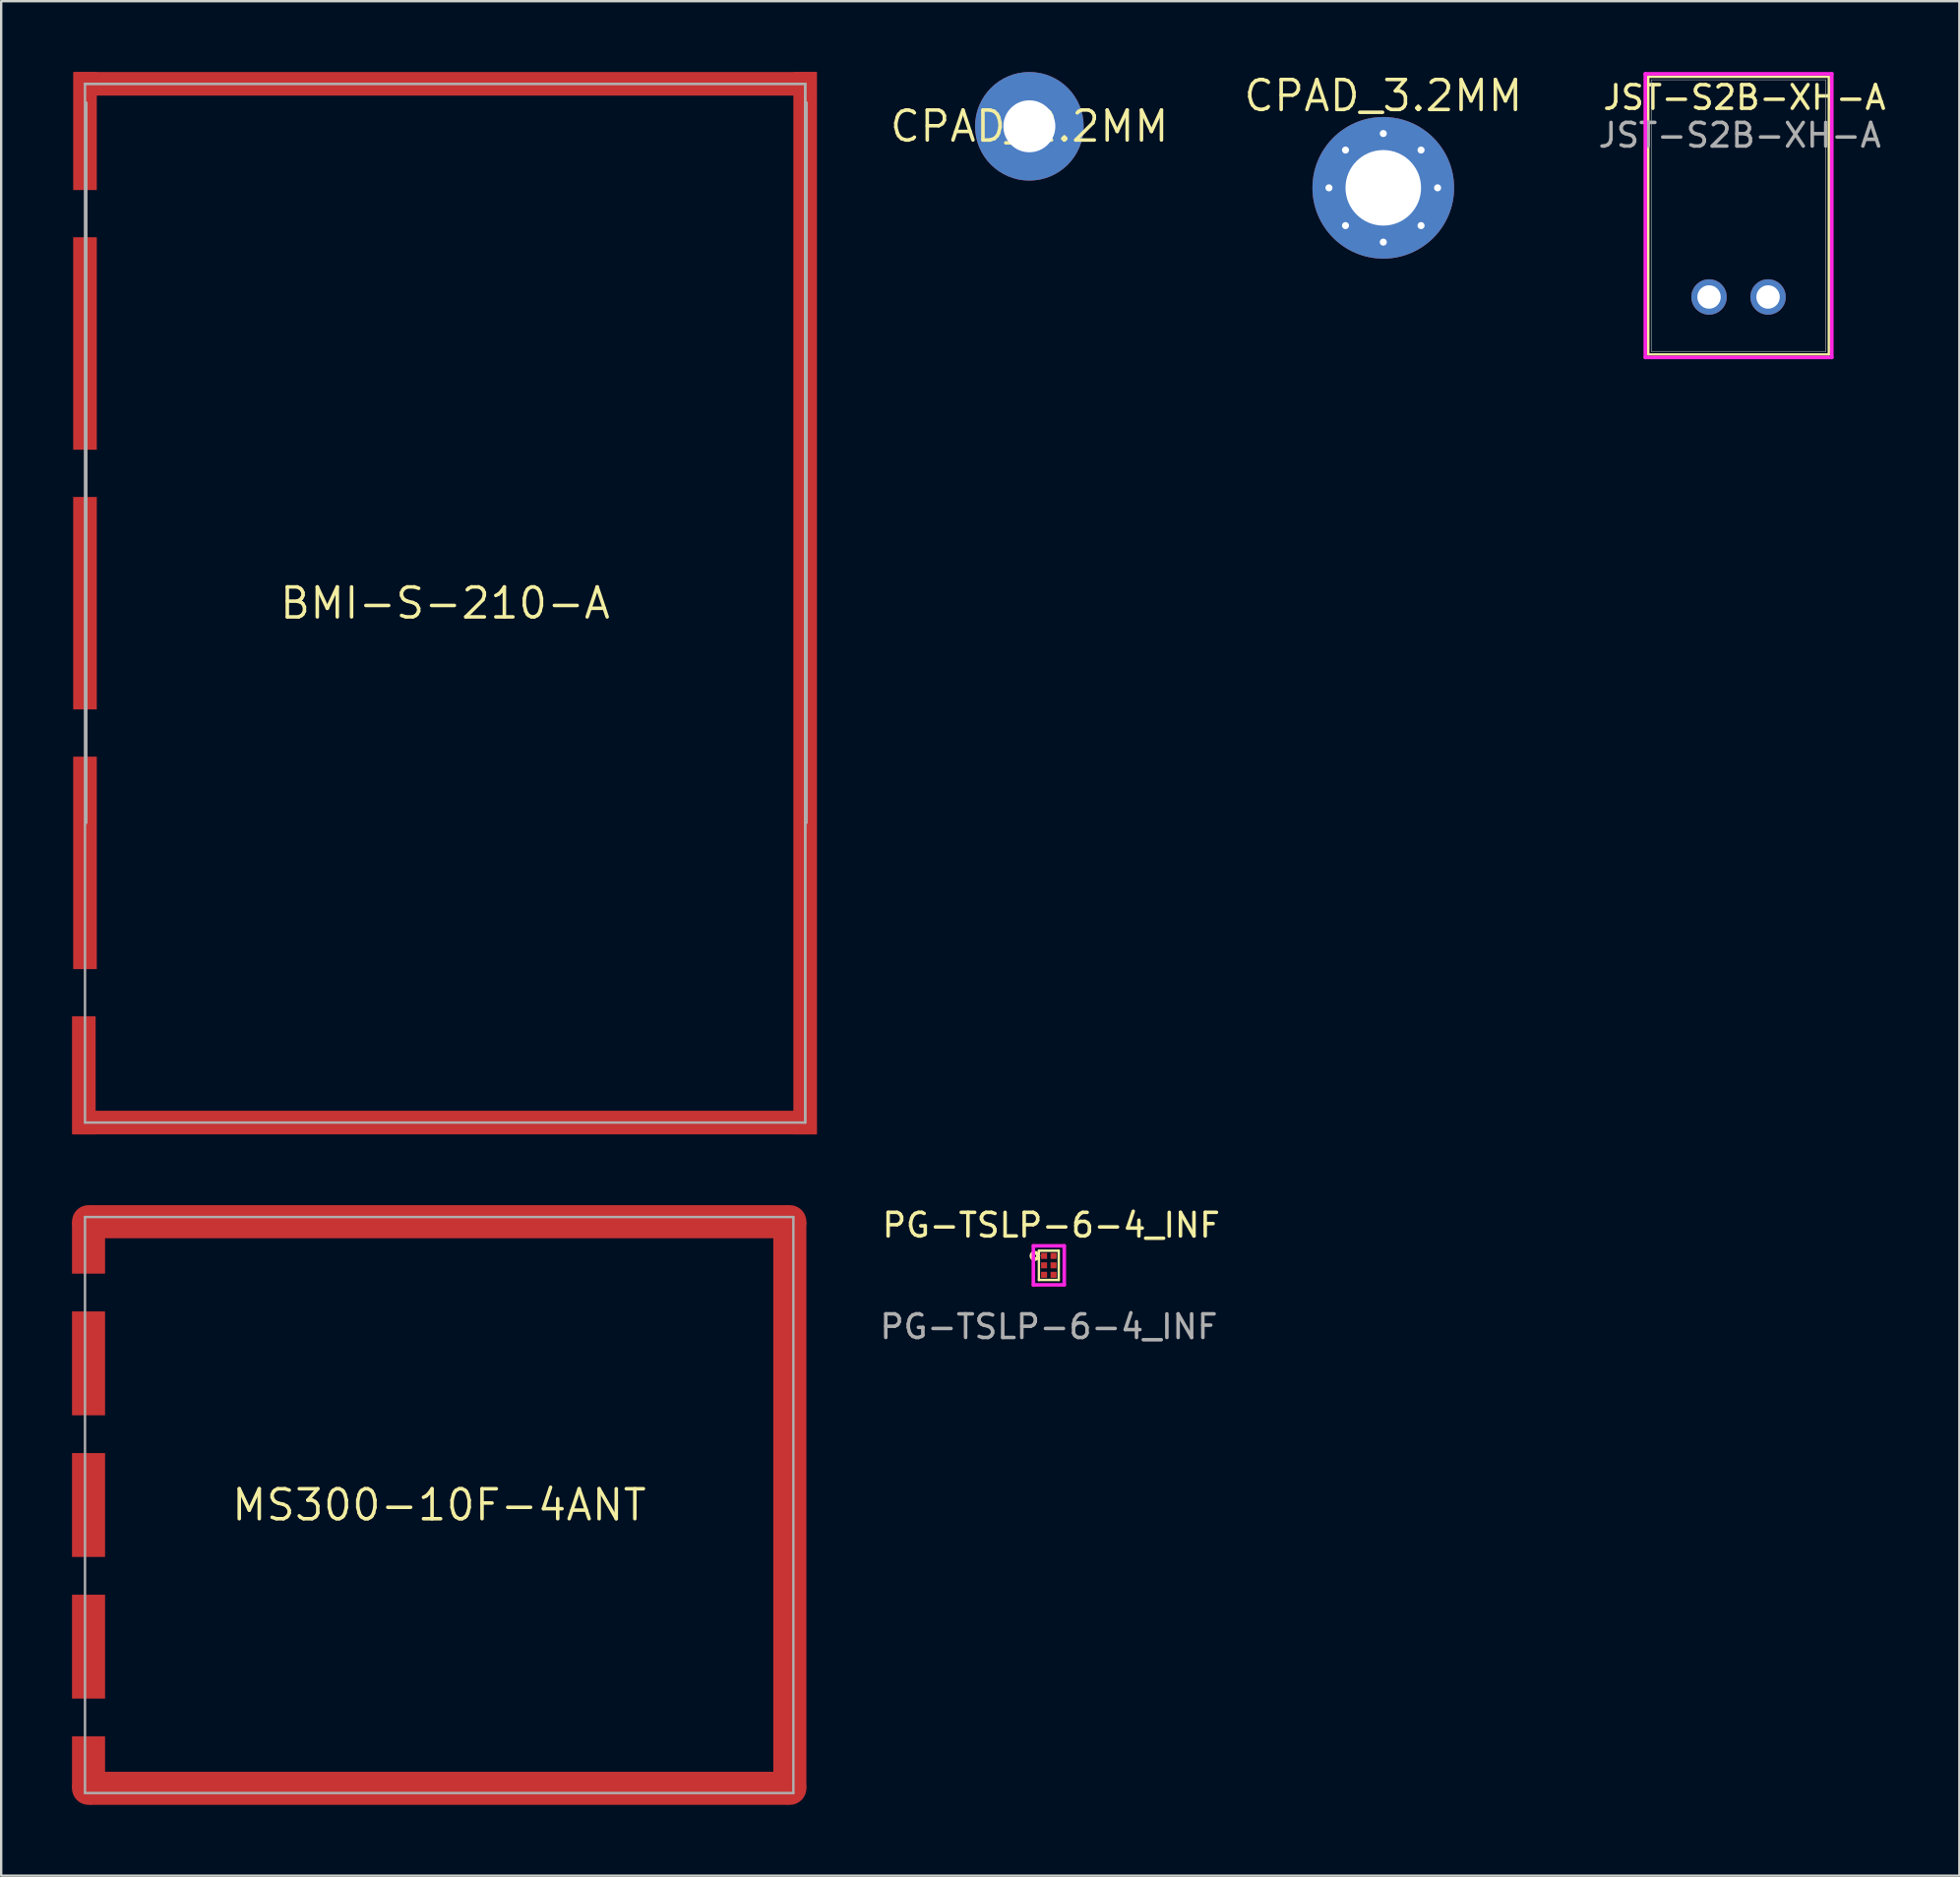
<source format=kicad_pcb>
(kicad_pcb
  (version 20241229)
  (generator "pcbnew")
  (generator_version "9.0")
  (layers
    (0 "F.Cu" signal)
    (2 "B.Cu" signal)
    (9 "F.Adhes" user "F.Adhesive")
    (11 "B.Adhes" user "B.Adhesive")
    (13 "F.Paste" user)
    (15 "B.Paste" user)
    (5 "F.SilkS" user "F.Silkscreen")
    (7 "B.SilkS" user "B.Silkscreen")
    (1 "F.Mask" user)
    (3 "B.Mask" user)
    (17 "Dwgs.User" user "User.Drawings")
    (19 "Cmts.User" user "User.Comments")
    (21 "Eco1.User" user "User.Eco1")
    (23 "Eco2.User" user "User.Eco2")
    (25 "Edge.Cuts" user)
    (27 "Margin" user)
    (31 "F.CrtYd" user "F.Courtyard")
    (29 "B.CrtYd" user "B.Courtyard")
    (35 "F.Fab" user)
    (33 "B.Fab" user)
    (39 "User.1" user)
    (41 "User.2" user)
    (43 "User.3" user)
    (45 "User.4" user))
  (footprint "MS300-10F-4ANT"
    (layer "F.Cu")
    (at 15.55 60.7)
    (property "Reference" "MS300-10F-4ANT" (at 0 0 0) (layer "F.SilkS") (effects (font (size 1.27 1.27) (thickness 0.15))))
    (fp_line (start -15 -12.2) (end -15 12.2) (stroke (width 0.102) (type solid)) (layer "F.Fab"))
    (fp_line (start -15 12.2) (end 15 12.2) (stroke (width 0.102) (type solid)) (layer "F.Fab"))
    (fp_line (start 15 -12.2) (end -15 -12.2) (stroke (width 0.102) (type solid)) (layer "F.Fab"))
    (fp_line (start 15 12.2) (end 15 -12.2) (stroke (width 0.102) (type solid)) (layer "F.Fab"))
    (pad "P1" smd circle (at -14.85 -12) (size 1.4 1.4) (layers "F.Cu" "F.Mask"))
    (pad "P1" smd rect (at -14.85 -10.9 90) (size 2.2 1.4) (layers "F.Cu" "F.Mask"))
    (pad "P1" smd rect (at -14.85 -6 90) (size 4.4 1.4) (layers "F.Cu" "F.Mask"))
    (pad "P1" smd rect (at -14.85 0 90) (size 4.4 1.4) (layers "F.Cu" "F.Mask"))
    (pad "P1" smd rect (at -14.85 6 90) (size 4.4 1.4) (layers "F.Cu" "F.Mask"))
    (pad "P1" smd rect (at -14.85 10.9 90) (size 2.2 1.4) (layers "F.Cu" "F.Mask"))
    (pad "P1" smd circle (at -14.85 12) (size 1.4 1.4) (layers "F.Cu" "F.Mask"))
    (pad "P1" smd rect (at 0 -12) (size 29.6 1.4) (layers "F.Cu" "F.Mask"))
    (pad "P1" smd rect (at 0 12) (size 29.6 1.4) (layers "F.Cu" "F.Mask"))
    (pad "P1" smd circle (at 14.85 -12) (size 1.4 1.4) (layers "F.Cu" "F.Mask"))
    (pad "P1" smd rect (at 14.85 0 90) (size 24 1.4) (layers "F.Cu" "F.Mask"))
    (pad "P1" smd circle (at 14.85 12) (size 1.4 1.4) (layers "F.Cu" "F.Mask")))
  (footprint "PG-TSLP-6-4_INF"
    (layer "F.Cu")
    (at 41.368 50.548)
    (property "Reference" "PG-TSLP-6-4_INF" (at 0.1 -1.7 0) (unlocked yes) (layer "F.SilkS") (effects (font (size 1 1) (thickness 0.15))))
    (attr smd)
    (fp_line (start -0.42 -0.62) (end -0.42 0.62) (stroke (width 0.102) (type solid)) (layer "F.SilkS"))
    (fp_line (start -0.42 0.62) (end 0.42 0.62) (stroke (width 0.102) (type solid)) (layer "F.SilkS"))
    (fp_line (start 0.42 -0.62) (end -0.42 -0.62) (stroke (width 0.102) (type solid)) (layer "F.SilkS"))
    (fp_line (start 0.42 0.62) (end 0.42 -0.62) (stroke (width 0.102) (type solid)) (layer "F.SilkS"))
    (fp_circle (center -0.6 -0.4) (end -0.536 -0.4) (stroke (width 0.152) (type solid)) (fill no) (layer "F.SilkS"))
    (fp_line (start -0.654 -0.826) (end 0.654 -0.826) (stroke (width 0.152) (type solid)) (layer "F.CrtYd"))
    (fp_line (start -0.654 0.826) (end -0.654 -0.826) (stroke (width 0.152) (type solid)) (layer "F.CrtYd"))
    (fp_line (start 0.654 -0.826) (end 0.654 0.826) (stroke (width 0.152) (type solid)) (layer "F.CrtYd"))
    (fp_line (start 0.654 0.826) (end -0.654 0.826) (stroke (width 0.152) (type solid)) (layer "F.CrtYd"))
    (fp_circle (center -0.375 -0.4) (end -0.375 -0.4) (stroke (width 0.025) (type solid)) (fill no) (layer "F.Fab"))
    (fp_text user "${REFERENCE}" (at 0 2.6 0) (unlocked yes) (layer "F.Fab") (effects (font (size 1 1) (thickness 0.15))))
    (pad "1" smd rect (at -0.2 -0.4) (size 0.254 0.254) (layers "F.Cu" "F.Mask" "F.Paste"))
    (pad "2" smd rect (at -0.2 0) (size 0.254 0.254) (layers "F.Cu" "F.Mask" "F.Paste"))
    (pad "3" smd rect (at -0.2 0.4) (size 0.254 0.254) (layers "F.Cu" "F.Mask" "F.Paste"))
    (pad "4" smd rect (at 0.2 0.4) (size 0.254 0.254) (layers "F.Cu" "F.Mask" "F.Paste"))
    (pad "5" smd rect (at 0.2 0) (size 0.254 0.254) (layers "F.Cu" "F.Mask" "F.Paste"))
    (pad "6" smd rect (at 0.2 -0.4) (size 0.254 0.254) (layers "F.Cu" "F.Mask" "F.Paste")))
  (footprint "JST-S2B-XH-A"
    (layer "F.Cu")
    (at 71.829 9.53)
    (property "Reference" "JST-S2B-XH-A" (at -1 -8.45 0) (unlocked yes) (layer "F.SilkS") (effects (font (size 1 1) (thickness 0.15))))
    (attr through_hole)
    (fp_line (start -5.073 -9.327) (end -5.073 2.433) (stroke (width 0.102) (type solid)) (layer "F.SilkS"))
    (fp_line (start -5.073 2.433) (end 2.573 2.433) (stroke (width 0.102) (type solid)) (layer "F.SilkS"))
    (fp_line (start 2.573 -9.327) (end -5.073 -9.327) (stroke (width 0.102) (type solid)) (layer "F.SilkS"))
    (fp_line (start 2.573 2.433) (end 2.573 -9.327) (stroke (width 0.102) (type solid)) (layer "F.SilkS"))
    (fp_line (start -5.2 -9.454) (end -5.2 2.56) (stroke (width 0.152) (type solid)) (layer "F.CrtYd"))
    (fp_line (start -5.2 2.56) (end 2.7 2.56) (stroke (width 0.152) (type solid)) (layer "F.CrtYd"))
    (fp_line (start 2.7 -9.454) (end -5.2 -9.454) (stroke (width 0.152) (type solid)) (layer "F.CrtYd"))
    (fp_line (start 2.7 2.56) (end 2.7 -9.454) (stroke (width 0.152) (type solid)) (layer "F.CrtYd"))
    (fp_line (start -4.946 -9.2) (end -4.946 2.306) (stroke (width 0.025) (type solid)) (layer "F.Fab"))
    (fp_line (start -4.946 2.306) (end 2.446 2.306) (stroke (width 0.025) (type solid)) (layer "F.Fab"))
    (fp_line (start 2.446 -9.2) (end -4.946 -9.2) (stroke (width 0.025) (type solid)) (layer "F.Fab"))
    (fp_line (start 2.446 2.306) (end 2.446 -9.2) (stroke (width 0.025) (type solid)) (layer "F.Fab"))
    (fp_text user "${REFERENCE}" (at -1.2 -6.85 0) (unlocked yes) (layer "F.Fab") (effects (font (size 1 1) (thickness 0.15))))
    (pad "1" thru_hole circle (at 0 0) (size 1.499 1.499) (drill 0.991) (layers "*.Cu" "*.Mask"))
    (pad "2" thru_hole circle (at -2.5 0) (size 1.499 1.499) (drill 0.991) (layers "*.Cu" "*.Mask")))
  (footprint "CPAD_3.2MM"
    (layer "F.Cu")
    (at 55.533 4.906)
    (property "Reference" "CPAD_3.2MM" (at 0 -3.9 0) (layer "F.SilkS") (effects (font (size 1.27 1.27) (thickness 0.15))))
    (pad "EP" thru_hole circle (at -2.3 0) (size 0.45 0.45) (drill 0.3) (layers "*.Cu" "*.Mask"))
    (pad "EP" thru_hole circle (at -1.6 -1.6) (size 0.45 0.45) (drill 0.3) (layers "*.Cu" "*.Mask"))
    (pad "EP" thru_hole circle (at -1.6 1.6) (size 0.45 0.45) (drill 0.3) (layers "*.Cu" "*.Mask"))
    (pad "EP" thru_hole circle (at 0 -2.3) (size 0.45 0.45) (drill 0.3) (layers "*.Cu" "*.Mask"))
    (pad "EP" thru_hole circle (at 0 0) (size 6 6) (drill 3.2) (layers "*.Cu" "*.Mask"))
    (pad "EP" thru_hole circle (at 0 2.3) (size 0.45 0.45) (drill 0.3) (layers "*.Cu" "*.Mask"))
    (pad "EP" thru_hole circle (at 1.6 -1.6) (size 0.45 0.45) (drill 0.3) (layers "*.Cu" "*.Mask"))
    (pad "EP" thru_hole circle (at 1.6 1.6) (size 0.45 0.45) (drill 0.3) (layers "*.Cu" "*.Mask"))
    (pad "EP" thru_hole circle (at 2.3 0) (size 0.45 0.45) (drill 0.3) (layers "*.Cu" "*.Mask")))
  (footprint "BMI-S-210-A"
    (layer "F.Cu")
    (at 15.8 22.5)
    (property "Reference" "BMI-S-210-A" (at 0 0 0) (layer "F.SilkS") (effects (font (size 1.27 1.27) (thickness 0.15))))
    (fp_line (start -15.25 -22) (end -15.25 22) (stroke (width 0.102) (type solid)) (layer "F.Fab"))
    (fp_line (start -15.25 -22) (end 15.25 -22) (stroke (width 0.102) (type solid)) (layer "F.Fab"))
    (fp_line (start -15.25 22) (end 15.25 22) (stroke (width 0.102) (type solid)) (layer "F.Fab"))
    (fp_line (start -15.2 -21.2) (end -15.2 9.3) (stroke (width 0.102) (type solid)) (layer "F.Fab"))
    (fp_line (start -15.2 9.3) (end -15.2 -21.2) (stroke (width 0.102) (type solid)) (layer "F.Fab"))
    (fp_line (start 15.25 -22) (end -15.25 -22) (stroke (width 0.102) (type solid)) (layer "F.Fab"))
    (fp_line (start 15.25 -22) (end 15.25 22) (stroke (width 0.102) (type solid)) (layer "F.Fab"))
    (fp_line (start 15.25 22) (end 15.25 -22) (stroke (width 0.102) (type solid)) (layer "F.Fab"))
    (fp_line (start 15.3 -21.2) (end 15.3 9.3) (stroke (width 0.102) (type solid)) (layer "F.Fab"))
    (fp_line (start 15.3 9.3) (end 15.3 -21.2) (stroke (width 0.102) (type solid)) (layer "F.Fab"))
    (pad "P" smd rect (at -15.3 20 270) (size 5 1) (layers "F.Cu" "F.Mask"))
    (pad "P" smd rect (at -15.25 -20 270) (size 5 1) (layers "F.Cu" "F.Mask"))
    (pad "P" smd rect (at -15.25 -11 90) (size 9 1) (layers "F.Cu" "F.Mask"))
    (pad "P" smd rect (at -15.25 0 90) (size 9 1) (layers "F.Cu" "F.Mask"))
    (pad "P" smd rect (at -15.25 11 90) (size 9 1) (layers "F.Cu" "F.Mask"))
    (pad "P" smd rect (at 0 -22) (size 31.4 1) (layers "F.Cu" "F.Mask"))
    (pad "P" smd rect (at 0 22 180) (size 31.4 1) (layers "F.Cu" "F.Mask"))
    (pad "P" smd rect (at 15.25 0 90) (size 45 1) (layers "F.Cu" "F.Mask")))
  (footprint "CPAD_2.2MM"
    (layer "F.Cu")
    (at 40.544 2.3)
    (property "Reference" "CPAD_2.2MM" (at 0 0 0) (layer "F.SilkS") (effects (font (size 1.27 1.27) (thickness 0.15))))
    (pad "EP" thru_hole circle (at 0 0) (size 4.6 4.6) (drill 2.2) (layers "*.Cu" "*.Mask")))
  (gr_rect
    (start -3 -3)
    (end 79.93 76.4)
    (stroke (width 0.1) (type default))
    (fill no)
    (layer "Edge.Cuts")))
</source>
